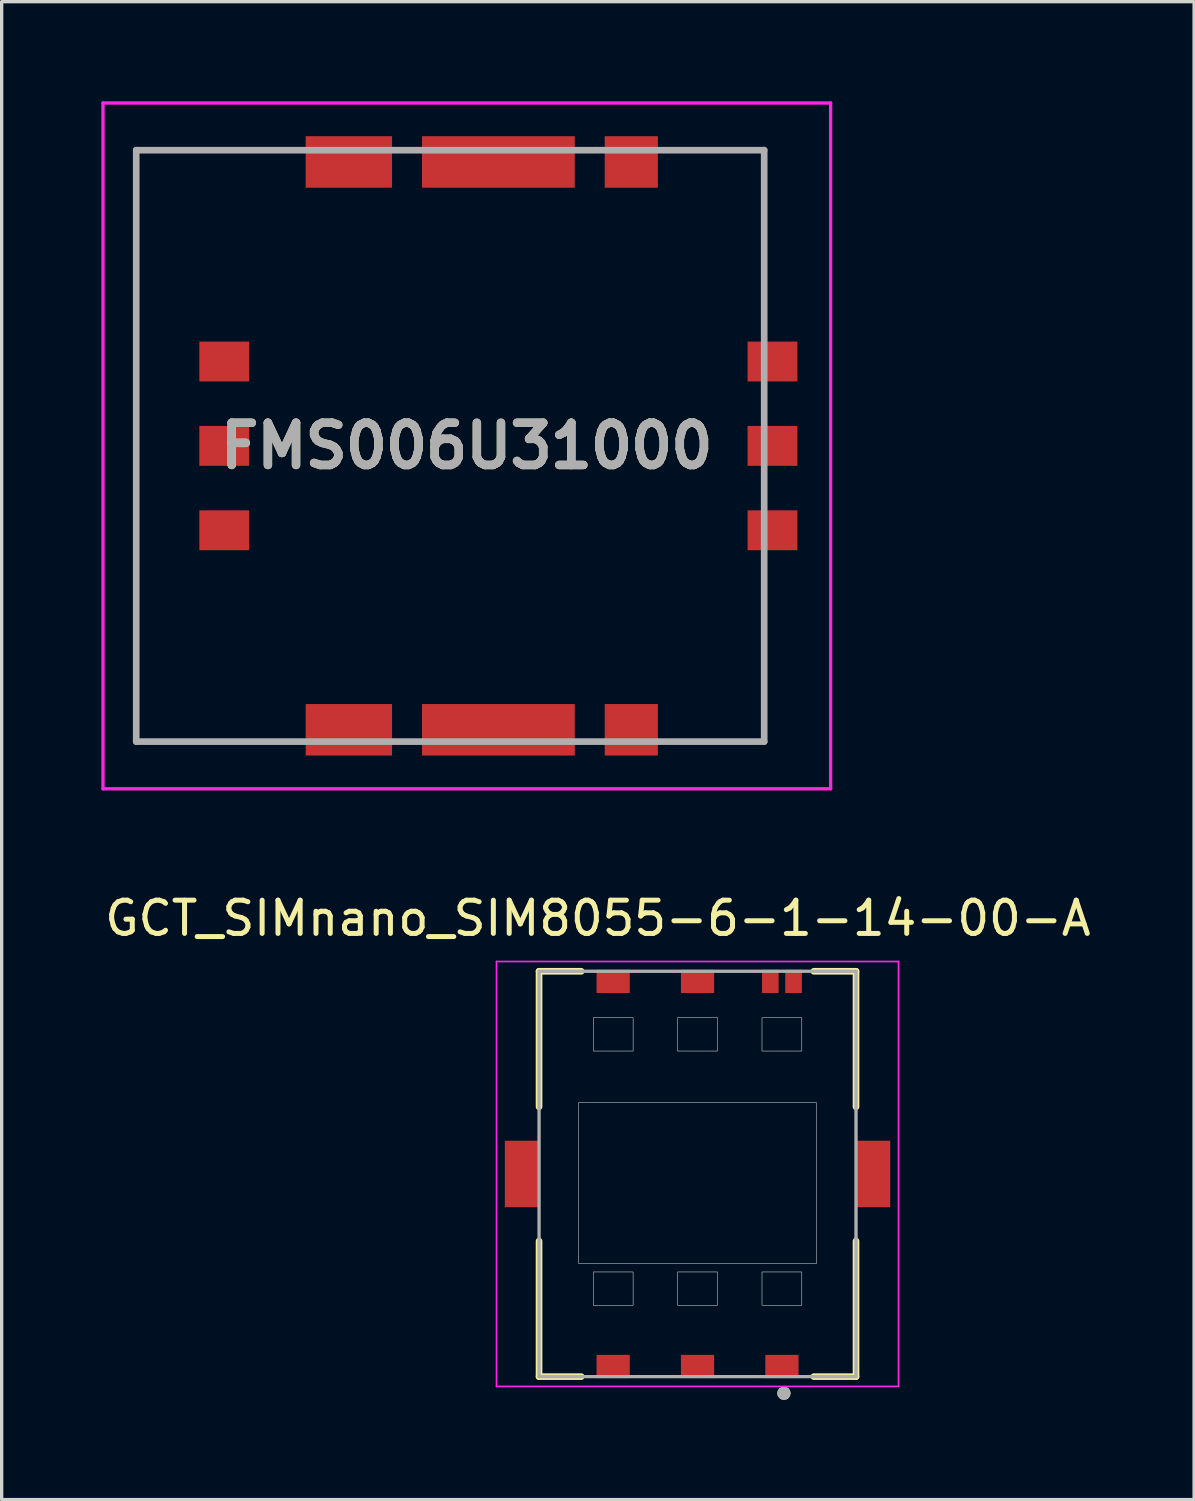
<source format=kicad_pcb>
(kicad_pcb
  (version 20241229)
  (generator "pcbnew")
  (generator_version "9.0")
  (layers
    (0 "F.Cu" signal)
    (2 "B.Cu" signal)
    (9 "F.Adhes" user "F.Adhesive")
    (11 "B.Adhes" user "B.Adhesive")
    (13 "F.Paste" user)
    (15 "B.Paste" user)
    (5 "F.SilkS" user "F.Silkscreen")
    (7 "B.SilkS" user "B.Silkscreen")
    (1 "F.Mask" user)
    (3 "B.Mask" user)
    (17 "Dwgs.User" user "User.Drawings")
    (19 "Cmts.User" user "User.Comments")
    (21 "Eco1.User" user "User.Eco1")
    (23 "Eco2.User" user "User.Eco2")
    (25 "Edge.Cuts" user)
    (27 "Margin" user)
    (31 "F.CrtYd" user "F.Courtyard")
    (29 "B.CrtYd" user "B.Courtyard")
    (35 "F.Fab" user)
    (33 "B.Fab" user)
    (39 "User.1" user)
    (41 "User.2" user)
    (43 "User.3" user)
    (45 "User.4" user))
  (footprint "FMS006U31000"
    (layer "F.Cu")
    (at 19.95 10.37)
    (property "Reference" "FMS006U31000" (at -8.95 0 0) (layer "F.SilkS") (effects (font (size 1.27 1.27) (thickness 0.254))))
    (attr smd)
    (fp_line (start -18.9 -8.9) (end -18.9 8.9) (stroke (width 0.1) (type solid)) (layer "F.SilkS"))
    (fp_line (start -18.9 8.9) (end -15 8.9) (stroke (width 0.1) (type solid)) (layer "F.SilkS"))
    (fp_line (start -15 -8.9) (end -18.9 -8.9) (stroke (width 0.1) (type solid)) (layer "F.SilkS"))
    (fp_line (start -2 -8.9) (end 0 -8.9) (stroke (width 0.1) (type solid)) (layer "F.SilkS"))
    (fp_line (start -2 8.9) (end 0 8.9) (stroke (width 0.1) (type solid)) (layer "F.SilkS"))
    (fp_line (start 0 -8.9) (end 0 -4) (stroke (width 0.1) (type solid)) (layer "F.SilkS"))
    (fp_line (start 0 8.9) (end 0 4) (stroke (width 0.1) (type solid)) (layer "F.SilkS"))
    (fp_line (start -19.9 -10.32) (end 2 -10.32) (stroke (width 0.1) (type solid)) (layer "F.CrtYd"))
    (fp_line (start -19.9 10.32) (end -19.9 -10.32) (stroke (width 0.1) (type solid)) (layer "F.CrtYd"))
    (fp_line (start 2 -10.32) (end 2 10.32) (stroke (width 0.1) (type solid)) (layer "F.CrtYd"))
    (fp_line (start 2 10.32) (end -19.9 10.32) (stroke (width 0.1) (type solid)) (layer "F.CrtYd"))
    (fp_line (start -18.9 -8.9) (end 0 -8.9) (stroke (width 0.2) (type solid)) (layer "F.Fab"))
    (fp_line (start -18.9 8.9) (end -18.9 -8.9) (stroke (width 0.2) (type solid)) (layer "F.Fab"))
    (fp_line (start 0 -8.9) (end 0 8.9) (stroke (width 0.2) (type solid)) (layer "F.Fab"))
    (fp_line (start 0 8.9) (end -18.9 8.9) (stroke (width 0.2) (type solid)) (layer "F.Fab"))
    (fp_text user "${REFERENCE}" (at -8.95 0 0) (layer "F.Fab") (effects (font (size 1.27 1.27) (thickness 0.254))))
    (pad "1" smd rect (at -16.25 -2.54 90) (size 1.2 1.5) (layers "F.Cu" "F.Mask" "F.Paste"))
    (pad "2" smd rect (at -16.25 0 90) (size 1.2 1.5) (layers "F.Cu" "F.Mask" "F.Paste"))
    (pad "3" smd rect (at -16.25 2.54 90) (size 1.2 1.5) (layers "F.Cu" "F.Mask" "F.Paste"))
    (pad "4" smd rect (at 0.25 2.54 90) (size 1.2 1.5) (layers "F.Cu" "F.Mask" "F.Paste"))
    (pad "5" smd rect (at 0.25 0 90) (size 1.2 1.5) (layers "F.Cu" "F.Mask" "F.Paste"))
    (pad "6" smd rect (at 0.25 -2.54 90) (size 1.2 1.5) (layers "F.Cu" "F.Mask" "F.Paste"))
    (pad "7" smd rect (at -8 -8.545 90) (size 1.55 4.6) (layers "F.Cu" "F.Mask" "F.Paste"))
    (pad "8" smd rect (at -8 8.545 90) (size 1.55 4.6) (layers "F.Cu" "F.Mask" "F.Paste"))
    (pad "9" smd rect (at -12.5 -8.545 90) (size 1.55 2.6) (layers "F.Cu" "F.Mask" "F.Paste"))
    (pad "10" smd rect (at -12.5 8.545 90) (size 1.55 2.6) (layers "F.Cu" "F.Mask" "F.Paste"))
    (pad "11" smd rect (at -4 -8.545 90) (size 1.55 1.6) (layers "F.Cu" "F.Mask" "F.Paste"))
    (pad "12" smd rect (at -4 8.545 90) (size 1.55 1.6) (layers "F.Cu" "F.Mask" "F.Paste")))
  (footprint "GCT_SIMnano_SIM8055-6-1-14-00-A"
    (layer "F.Cu")
    (at 17.944 32.283)
    (property "Reference" "GCT_SIMnano_SIM8055-6-1-14-00-A" (at -2.999 -7.695 0) (layer "F.SilkS") (effects (font (size 1.001 1.001) (thickness 0.15))))
    (attr through_hole)
    (fp_line (start -4.77 -6.1) (end -3.5 -6.1) (stroke (width 0.2) (type solid)) (layer "F.SilkS"))
    (fp_line (start -4.77 -2.02) (end -4.77 -6.1) (stroke (width 0.2) (type solid)) (layer "F.SilkS"))
    (fp_line (start -4.77 6.1) (end -4.77 2.02) (stroke (width 0.2) (type solid)) (layer "F.SilkS"))
    (fp_line (start -4.77 6.1) (end -3.5 6.1) (stroke (width 0.2) (type solid)) (layer "F.SilkS"))
    (fp_line (start 3.5 -6.1) (end 4.77 -6.1) (stroke (width 0.2) (type solid)) (layer "F.SilkS"))
    (fp_line (start 3.5 6.1) (end 4.77 6.1) (stroke (width 0.2) (type solid)) (layer "F.SilkS"))
    (fp_line (start 4.77 -2.02) (end 4.77 -6.1) (stroke (width 0.2) (type solid)) (layer "F.SilkS"))
    (fp_line (start 4.77 6.1) (end 4.77 2.02) (stroke (width 0.2) (type solid)) (layer "F.SilkS"))
    (fp_circle (center 2.6 6.6) (end 2.7 6.6) (stroke (width 0.2) (type solid)) (fill no) (layer "F.SilkS"))
    (fp_poly (pts (xy -3.575 -2.15) (xy 3.575 -2.15) (xy 3.575 2.7) (xy -3.575 2.7)) (stroke (width 0.01) (type solid)) (fill no) (layer "Dwgs.User"))
    (fp_poly (pts (xy -3.575 -2.15) (xy 3.575 -2.15) (xy 3.575 2.7) (xy -3.575 2.7)) (stroke (width 0.01) (type solid)) (fill no) (layer "Dwgs.User"))
    (fp_poly (pts (xy -3.14 -4.7) (xy -1.94 -4.7) (xy -1.94 -3.7) (xy -3.14 -3.7)) (stroke (width 0.01) (type solid)) (fill no) (layer "Dwgs.User"))
    (fp_poly (pts (xy -3.14 -4.7) (xy -1.94 -4.7) (xy -1.94 -3.7) (xy -3.14 -3.7)) (stroke (width 0.01) (type solid)) (fill no) (layer "Dwgs.User"))
    (fp_poly (pts (xy -3.14 2.95) (xy -1.94 2.95) (xy -1.94 3.95) (xy -3.14 3.95)) (stroke (width 0.01) (type solid)) (fill no) (layer "Dwgs.User"))
    (fp_poly (pts (xy -3.14 2.95) (xy -1.94 2.95) (xy -1.94 3.95) (xy -3.14 3.95)) (stroke (width 0.01) (type solid)) (fill no) (layer "Dwgs.User"))
    (fp_poly (pts (xy -0.6 -4.7) (xy 0.6 -4.7) (xy 0.6 -3.7) (xy -0.6 -3.7)) (stroke (width 0.01) (type solid)) (fill no) (layer "Dwgs.User"))
    (fp_poly (pts (xy -0.6 -4.7) (xy 0.6 -4.7) (xy 0.6 -3.7) (xy -0.6 -3.7)) (stroke (width 0.01) (type solid)) (fill no) (layer "Dwgs.User"))
    (fp_poly (pts (xy -0.6 2.95) (xy 0.6 2.95) (xy 0.6 3.95) (xy -0.6 3.95)) (stroke (width 0.01) (type solid)) (fill no) (layer "Dwgs.User"))
    (fp_poly (pts (xy -0.6 2.95) (xy 0.6 2.95) (xy 0.6 3.95) (xy -0.6 3.95)) (stroke (width 0.01) (type solid)) (fill no) (layer "Dwgs.User"))
    (fp_poly (pts (xy 1.94 -4.7) (xy 3.14 -4.7) (xy 3.14 -3.7) (xy 1.94 -3.7)) (stroke (width 0.01) (type solid)) (fill no) (layer "Dwgs.User"))
    (fp_poly (pts (xy 1.94 -4.7) (xy 3.14 -4.7) (xy 3.14 -3.7) (xy 1.94 -3.7)) (stroke (width 0.01) (type solid)) (fill no) (layer "Dwgs.User"))
    (fp_poly (pts (xy 1.94 2.95) (xy 3.14 2.95) (xy 3.14 3.95) (xy 1.94 3.95)) (stroke (width 0.01) (type solid)) (fill no) (layer "Dwgs.User"))
    (fp_poly (pts (xy 1.94 2.95) (xy 3.14 2.95) (xy 3.14 3.95) (xy 1.94 3.95)) (stroke (width 0.01) (type solid)) (fill no) (layer "Dwgs.User"))
    (fp_line (start -6.05 -6.395) (end 6.05 -6.395) (stroke (width 0.05) (type solid)) (layer "F.CrtYd"))
    (fp_line (start -6.05 6.395) (end -6.05 -6.395) (stroke (width 0.05) (type solid)) (layer "F.CrtYd"))
    (fp_line (start -6.05 6.395) (end 6.05 6.395) (stroke (width 0.05) (type solid)) (layer "F.CrtYd"))
    (fp_line (start 6.05 6.395) (end 6.05 -6.395) (stroke (width 0.05) (type solid)) (layer "F.CrtYd"))
    (fp_line (start -4.77 -6.1) (end 4.77 -6.1) (stroke (width 0.1) (type solid)) (layer "F.Fab"))
    (fp_line (start -4.77 6.1) (end -4.77 -6.1) (stroke (width 0.1) (type solid)) (layer "F.Fab"))
    (fp_line (start -4.77 6.1) (end 4.77 6.1) (stroke (width 0.1) (type solid)) (layer "F.Fab"))
    (fp_line (start 4.77 6.1) (end 4.77 -6.1) (stroke (width 0.1) (type solid)) (layer "F.Fab"))
    (fp_circle (center 2.6 6.6) (end 2.7 6.6) (stroke (width 0.2) (type solid)) (fill no) (layer "F.Fab"))
    (pad "C1" smd rect (at 2.54 5.795) (size 1 0.7) (layers "F.Cu" "F.Mask" "F.Paste"))
    (pad "C2" smd rect (at 0 5.795) (size 1 0.7) (layers "F.Cu" "F.Mask" "F.Paste"))
    (pad "C3" smd rect (at -2.54 5.795) (size 1 0.7) (layers "F.Cu" "F.Mask" "F.Paste"))
    (pad "C4" smd rect (at 5.3 0) (size 1 2) (layers "F.Cu" "F.Mask" "F.Paste"))
    (pad "C5" smd rect (at 2.19 -5.795) (size 0.5 0.7) (layers "F.Cu" "F.Mask" "F.Paste"))
    (pad "C6" smd rect (at 0 -5.795) (size 1 0.7) (layers "F.Cu" "F.Mask" "F.Paste"))
    (pad "C7" smd rect (at -2.54 -5.795) (size 1 0.7) (layers "F.Cu" "F.Mask" "F.Paste"))
    (pad "C8" smd rect (at -5.3 0) (size 1 2) (layers "F.Cu" "F.Mask" "F.Paste"))
    (pad "CD" smd rect (at 2.89 -5.795) (size 0.5 0.7) (layers "F.Cu" "F.Mask" "F.Paste")))
  (gr_rect
    (start -3 -3)
    (end 32.889 42.083)
    (stroke (width 0.1) (type default))
    (fill no)
    (layer "Edge.Cuts")))
</source>
